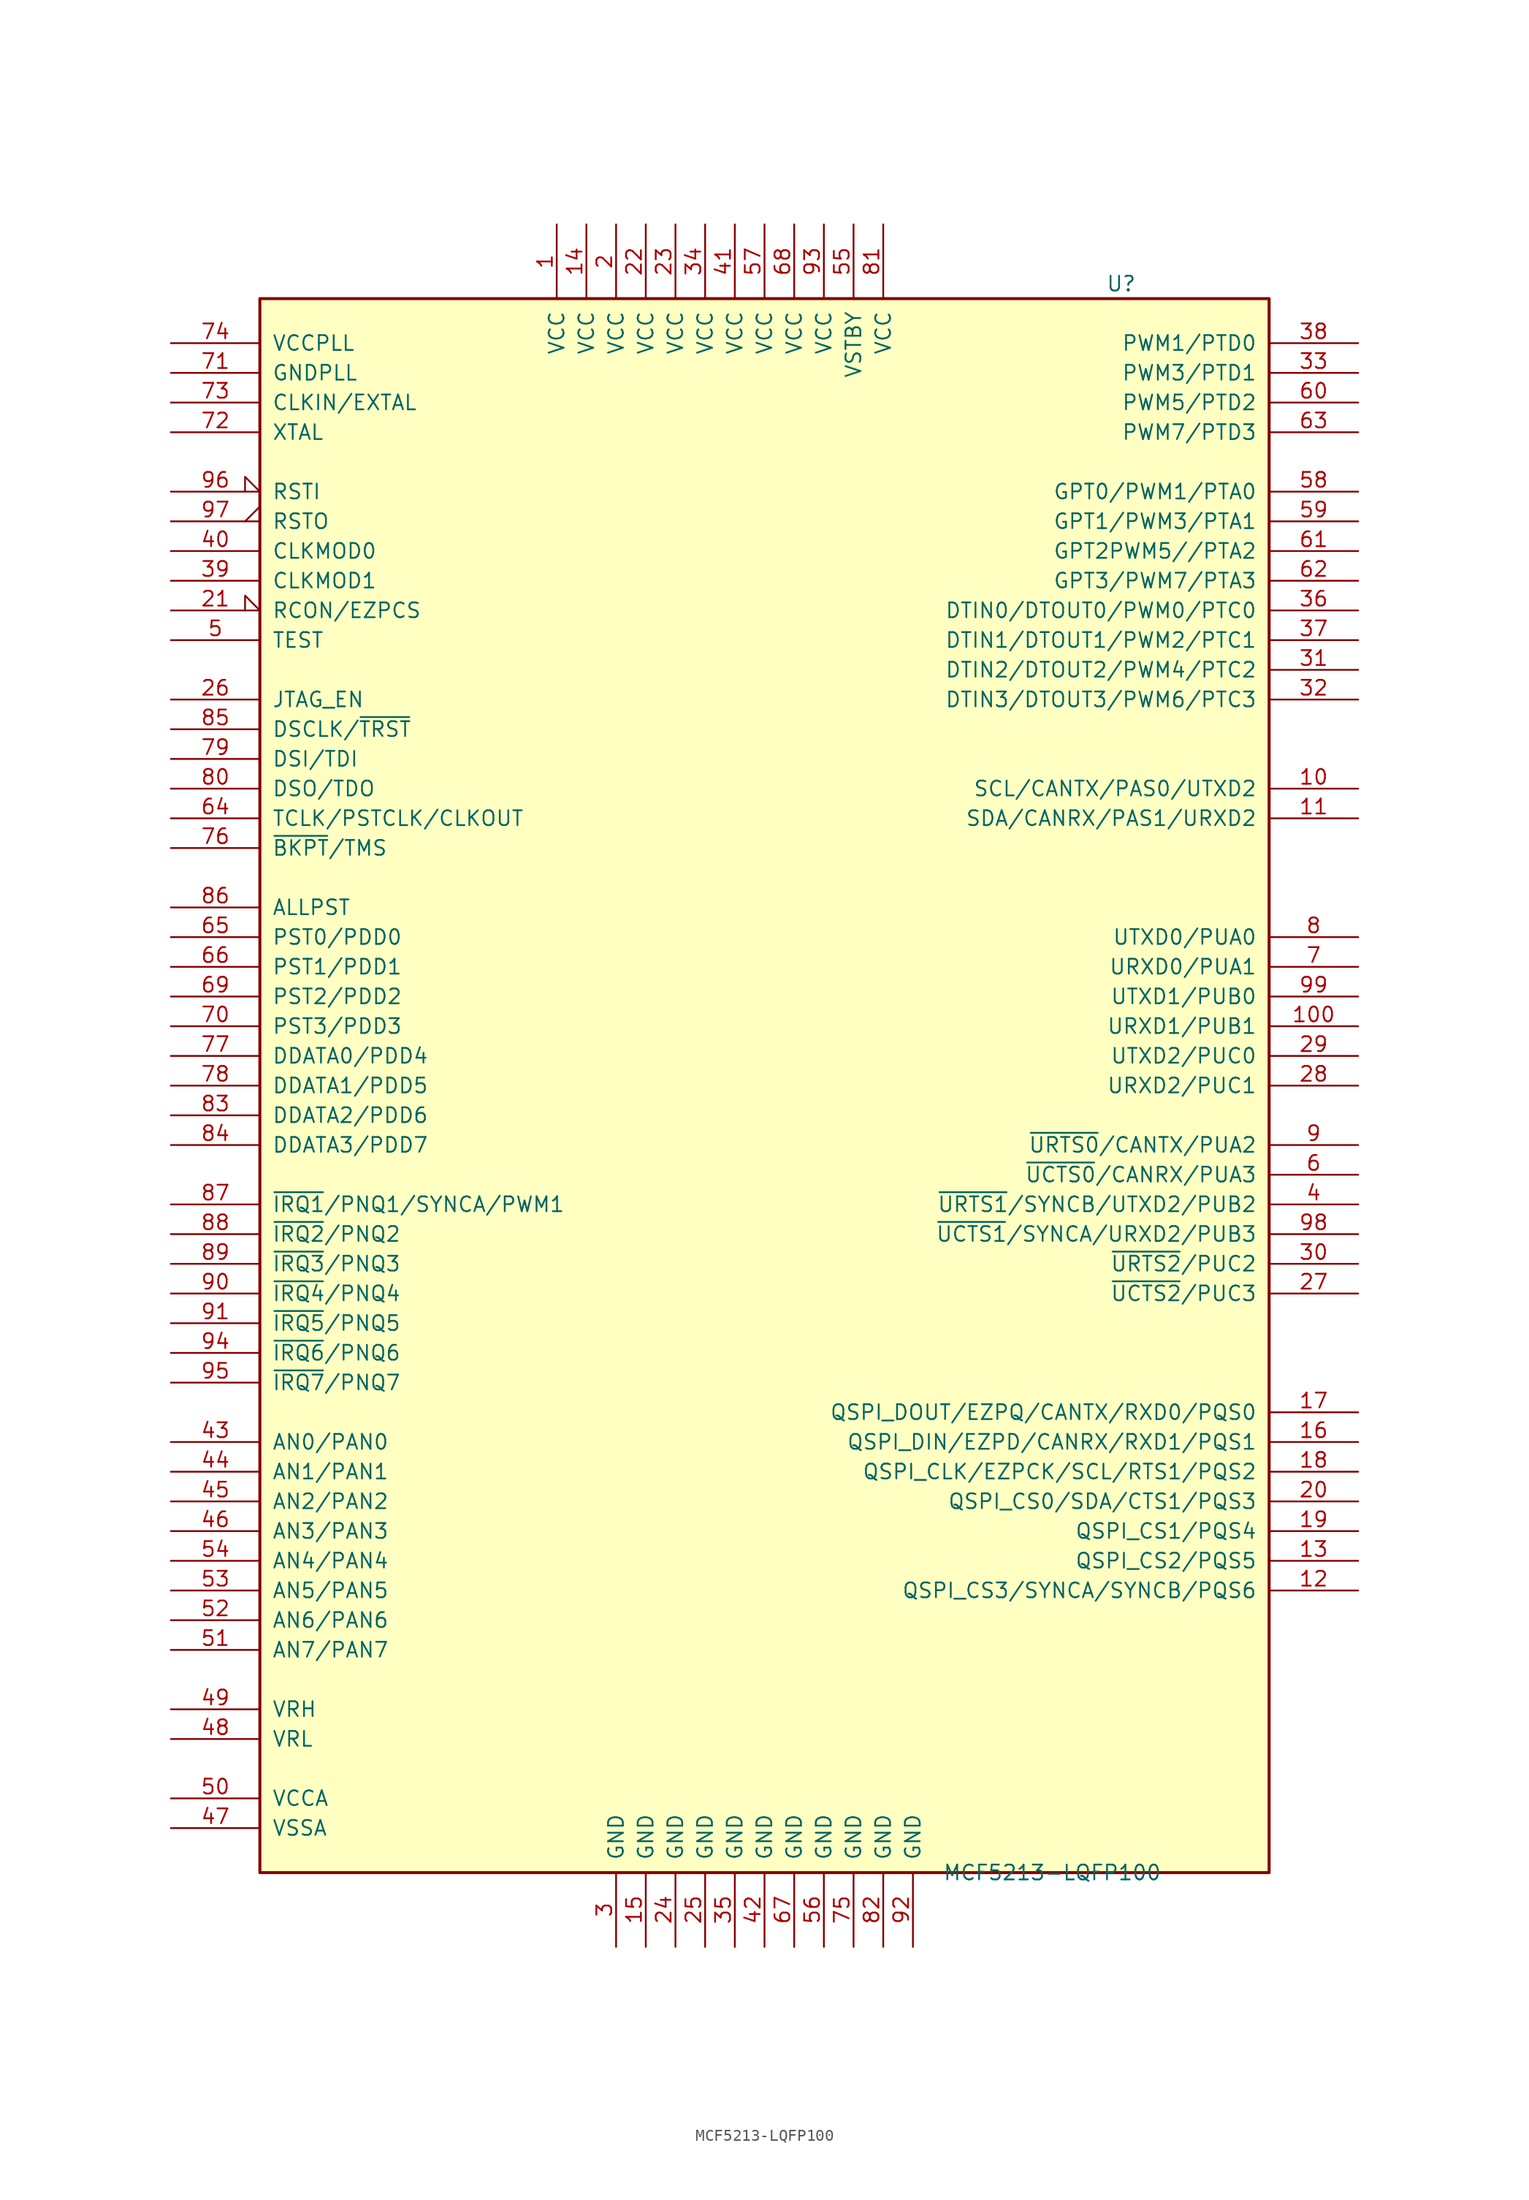
<source format=kicad_sym>
(kicad_symbol_lib
  (version 20201005)
  (generator kicad_symbol_editor)
  (symbol "MCF5213-LQFP100"
    (pin_names
      (offset 1.016))
    (property "Reference" "U"
      (at 29.21 68.58 0)
      (effects (font (size 1.27 1.27)) (justify left)))
    (property "Value" "MCF5213-LQFP100"
      (at 15.24 -67.31 0)
      (effects (font (size 1.27 1.27)) (justify left)))
    (symbol "MCF5213-LQFP100_0_1"
      (rectangle (start -43.18 67.31) (end 43.18 -67.31) (stroke (width 0.254)) (fill (type background))))
    (symbol "MCF5213-LQFP100_1_1"
      (pin power_in line (at -17.78 73.66 270) (length 6.35) (name "VCC" (effects (font (size 1.27 1.27)))) (number "1" (effects (font (size 1.27 1.27)))))
      (pin bidirectional line (at 50.8 25.4 180) (length 7.62) (name "SCL/CANTX/PAS0/UTXD2" (effects (font (size 1.27 1.27)))) (number "10" (effects (font (size 1.27 1.27)))))
      (pin bidirectional line (at 50.8 5.08 180) (length 7.62) (name "URXD1/PUB1" (effects (font (size 1.27 1.27)))) (number "100" (effects (font (size 1.27 1.27)))))
      (pin bidirectional line (at 50.8 22.86 180) (length 7.62) (name "SDA/CANRX/PAS1/URXD2" (effects (font (size 1.27 1.27)))) (number "11" (effects (font (size 1.27 1.27)))))
      (pin bidirectional line (at 50.8 -43.18 180) (length 7.62) (name "QSPI_CS3/SYNCA/SYNCB/PQS6" (effects (font (size 1.27 1.27)))) (number "12" (effects (font (size 1.27 1.27)))))
      (pin bidirectional line (at 50.8 -40.64 180) (length 7.62) (name "QSPI_CS2/PQS5" (effects (font (size 1.27 1.27)))) (number "13" (effects (font (size 1.27 1.27)))))
      (pin power_in line (at -15.24 73.66 270) (length 6.35) (name "VCC" (effects (font (size 1.27 1.27)))) (number "14" (effects (font (size 1.27 1.27)))))
      (pin power_in line (at -10.16 -73.66 90) (length 6.35) (name "GND" (effects (font (size 1.27 1.27)))) (number "15" (effects (font (size 1.27 1.27)))))
      (pin bidirectional line (at 50.8 -30.48 180) (length 7.62) (name "QSPI_DIN/EZPD/CANRX/RXD1/PQS1" (effects (font (size 1.27 1.27)))) (number "16" (effects (font (size 1.27 1.27)))))
      (pin bidirectional line (at 50.8 -27.94 180) (length 7.62) (name "QSPI_DOUT/EZPQ/CANTX/RXD0/PQS0" (effects (font (size 1.27 1.27)))) (number "17" (effects (font (size 1.27 1.27)))))
      (pin bidirectional line (at 50.8 -33.02 180) (length 7.62) (name "QSPI_CLK/EZPCK/SCL/RTS1/PQS2" (effects (font (size 1.27 1.27)))) (number "18" (effects (font (size 1.27 1.27)))))
      (pin bidirectional line (at 50.8 -38.1 180) (length 7.62) (name "QSPI_CS1/PQS4" (effects (font (size 1.27 1.27)))) (number "19" (effects (font (size 1.27 1.27)))))
      (pin power_in line (at -12.7 73.66 270) (length 6.35) (name "VCC" (effects (font (size 1.27 1.27)))) (number "2" (effects (font (size 1.27 1.27)))))
      (pin bidirectional line (at 50.8 -35.56 180) (length 7.62) (name "QSPI_CS0/SDA/CTS1/PQS3" (effects (font (size 1.27 1.27)))) (number "20" (effects (font (size 1.27 1.27)))))
      (pin input input_low (at -50.8 40.64 0) (length 7.62) (name "RCON/EZPCS" (effects (font (size 1.27 1.27)))) (number "21" (effects (font (size 1.27 1.27)))))
      (pin power_in line (at -10.16 73.66 270) (length 6.35) (name "VCC" (effects (font (size 1.27 1.27)))) (number "22" (effects (font (size 1.27 1.27)))))
      (pin power_in line (at -7.62 73.66 270) (length 6.35) (name "VCC" (effects (font (size 1.27 1.27)))) (number "23" (effects (font (size 1.27 1.27)))))
      (pin power_in line (at -7.62 -73.66 90) (length 6.35) (name "GND" (effects (font (size 1.27 1.27)))) (number "24" (effects (font (size 1.27 1.27)))))
      (pin power_in line (at -5.08 -73.66 90) (length 6.35) (name "GND" (effects (font (size 1.27 1.27)))) (number "25" (effects (font (size 1.27 1.27)))))
      (pin input line (at -50.8 33.02 0) (length 7.62) (name "JTAG_EN" (effects (font (size 1.27 1.27)))) (number "26" (effects (font (size 1.27 1.27)))))
      (pin bidirectional line (at 50.8 -17.78 180) (length 7.62) (name "~UCTS2~/PUC3" (effects (font (size 1.27 1.27)))) (number "27" (effects (font (size 1.27 1.27)))))
      (pin bidirectional line (at 50.8 0 180) (length 7.62) (name "URXD2/PUC1" (effects (font (size 1.27 1.27)))) (number "28" (effects (font (size 1.27 1.27)))))
      (pin bidirectional line (at 50.8 2.54 180) (length 7.62) (name "UTXD2/PUC0" (effects (font (size 1.27 1.27)))) (number "29" (effects (font (size 1.27 1.27)))))
      (pin power_in line (at -12.7 -73.66 90) (length 6.35) (name "GND" (effects (font (size 1.27 1.27)))) (number "3" (effects (font (size 1.27 1.27)))))
      (pin bidirectional line (at 50.8 -15.24 180) (length 7.62) (name "~URTS2~/PUC2" (effects (font (size 1.27 1.27)))) (number "30" (effects (font (size 1.27 1.27)))))
      (pin bidirectional line (at 50.8 35.56 180) (length 7.62) (name "DTIN2/DTOUT2/PWM4/PTC2" (effects (font (size 1.27 1.27)))) (number "31" (effects (font (size 1.27 1.27)))))
      (pin bidirectional line (at 50.8 33.02 180) (length 7.62) (name "DTIN3/DTOUT3/PWM6/PTC3" (effects (font (size 1.27 1.27)))) (number "32" (effects (font (size 1.27 1.27)))))
      (pin bidirectional line (at 50.8 60.96 180) (length 7.62) (name "PWM3/PTD1" (effects (font (size 1.27 1.27)))) (number "33" (effects (font (size 1.27 1.27)))))
      (pin power_in line (at -5.08 73.66 270) (length 6.35) (name "VCC" (effects (font (size 1.27 1.27)))) (number "34" (effects (font (size 1.27 1.27)))))
      (pin power_in line (at -2.54 -73.66 90) (length 6.35) (name "GND" (effects (font (size 1.27 1.27)))) (number "35" (effects (font (size 1.27 1.27)))))
      (pin bidirectional line (at 50.8 40.64 180) (length 7.62) (name "DTIN0/DTOUT0/PWM0/PTC0" (effects (font (size 1.27 1.27)))) (number "36" (effects (font (size 1.27 1.27)))))
      (pin bidirectional line (at 50.8 38.1 180) (length 7.62) (name "DTIN1/DTOUT1/PWM2/PTC1" (effects (font (size 1.27 1.27)))) (number "37" (effects (font (size 1.27 1.27)))))
      (pin bidirectional line (at 50.8 63.5 180) (length 7.62) (name "PWM1/PTD0" (effects (font (size 1.27 1.27)))) (number "38" (effects (font (size 1.27 1.27)))))
      (pin input line (at -50.8 43.18 0) (length 7.62) (name "CLKMOD1" (effects (font (size 1.27 1.27)))) (number "39" (effects (font (size 1.27 1.27)))))
      (pin bidirectional line (at 50.8 -10.16 180) (length 7.62) (name "~URTS1~/SYNCB/UTXD2/PUB2" (effects (font (size 1.27 1.27)))) (number "4" (effects (font (size 1.27 1.27)))))
      (pin input line (at -50.8 45.72 0) (length 7.62) (name "CLKMOD0" (effects (font (size 1.27 1.27)))) (number "40" (effects (font (size 1.27 1.27)))))
      (pin power_in line (at -2.54 73.66 270) (length 6.35) (name "VCC" (effects (font (size 1.27 1.27)))) (number "41" (effects (font (size 1.27 1.27)))))
      (pin power_in line (at 0 -73.66 90) (length 6.35) (name "GND" (effects (font (size 1.27 1.27)))) (number "42" (effects (font (size 1.27 1.27)))))
      (pin bidirectional line (at -50.8 -30.48 0) (length 7.62) (name "AN0/PAN0" (effects (font (size 1.27 1.27)))) (number "43" (effects (font (size 1.27 1.27)))))
      (pin bidirectional line (at -50.8 -33.02 0) (length 7.62) (name "AN1/PAN1" (effects (font (size 1.27 1.27)))) (number "44" (effects (font (size 1.27 1.27)))))
      (pin bidirectional line (at -50.8 -35.56 0) (length 7.62) (name "AN2/PAN2" (effects (font (size 1.27 1.27)))) (number "45" (effects (font (size 1.27 1.27)))))
      (pin bidirectional line (at -50.8 -38.1 0) (length 7.62) (name "AN3/PAN3" (effects (font (size 1.27 1.27)))) (number "46" (effects (font (size 1.27 1.27)))))
      (pin input line (at -50.8 -63.5 0) (length 7.62) (name "VSSA" (effects (font (size 1.27 1.27)))) (number "47" (effects (font (size 1.27 1.27)))))
      (pin input line (at -50.8 -55.88 0) (length 7.62) (name "VRL" (effects (font (size 1.27 1.27)))) (number "48" (effects (font (size 1.27 1.27)))))
      (pin input line (at -50.8 -53.34 0) (length 7.62) (name "VRH" (effects (font (size 1.27 1.27)))) (number "49" (effects (font (size 1.27 1.27)))))
      (pin input line (at -50.8 38.1 0) (length 7.62) (name "TEST" (effects (font (size 1.27 1.27)))) (number "5" (effects (font (size 1.27 1.27)))))
      (pin input line (at -50.8 -60.96 0) (length 7.62) (name "VCCA" (effects (font (size 1.27 1.27)))) (number "50" (effects (font (size 1.27 1.27)))))
      (pin bidirectional line (at -50.8 -48.26 0) (length 7.62) (name "AN7/PAN7" (effects (font (size 1.27 1.27)))) (number "51" (effects (font (size 1.27 1.27)))))
      (pin bidirectional line (at -50.8 -45.72 0) (length 7.62) (name "AN6/PAN6" (effects (font (size 1.27 1.27)))) (number "52" (effects (font (size 1.27 1.27)))))
      (pin bidirectional line (at -50.8 -43.18 0) (length 7.62) (name "AN5/PAN5" (effects (font (size 1.27 1.27)))) (number "53" (effects (font (size 1.27 1.27)))))
      (pin bidirectional line (at -50.8 -40.64 0) (length 7.62) (name "AN4/PAN4" (effects (font (size 1.27 1.27)))) (number "54" (effects (font (size 1.27 1.27)))))
      (pin power_in line (at 7.62 73.66 270) (length 6.35) (name "VSTBY" (effects (font (size 1.27 1.27)))) (number "55" (effects (font (size 1.27 1.27)))))
      (pin power_in line (at 5.08 -73.66 90) (length 6.35) (name "GND" (effects (font (size 1.27 1.27)))) (number "56" (effects (font (size 1.27 1.27)))))
      (pin power_in line (at 0 73.66 270) (length 6.35) (name "VCC" (effects (font (size 1.27 1.27)))) (number "57" (effects (font (size 1.27 1.27)))))
      (pin bidirectional line (at 50.8 50.8 180) (length 7.62) (name "GPT0/PWM1/PTA0" (effects (font (size 1.27 1.27)))) (number "58" (effects (font (size 1.27 1.27)))))
      (pin bidirectional line (at 50.8 48.26 180) (length 7.62) (name "GPT1/PWM3/PTA1" (effects (font (size 1.27 1.27)))) (number "59" (effects (font (size 1.27 1.27)))))
      (pin bidirectional line (at 50.8 -7.62 180) (length 7.62) (name "~UCTS0~/CANRX/PUA3" (effects (font (size 1.27 1.27)))) (number "6" (effects (font (size 1.27 1.27)))))
      (pin bidirectional line (at 50.8 58.42 180) (length 7.62) (name "PWM5/PTD2" (effects (font (size 1.27 1.27)))) (number "60" (effects (font (size 1.27 1.27)))))
      (pin bidirectional line (at 50.8 45.72 180) (length 7.62) (name "GPT2PWM5//PTA2" (effects (font (size 1.27 1.27)))) (number "61" (effects (font (size 1.27 1.27)))))
      (pin bidirectional line (at 50.8 43.18 180) (length 7.62) (name "GPT3/PWM7/PTA3" (effects (font (size 1.27 1.27)))) (number "62" (effects (font (size 1.27 1.27)))))
      (pin bidirectional line (at 50.8 55.88 180) (length 7.62) (name "PWM7/PTD3" (effects (font (size 1.27 1.27)))) (number "63" (effects (font (size 1.27 1.27)))))
      (pin input line (at -50.8 22.86 0) (length 7.62) (name "TCLK/PSTCLK/CLKOUT" (effects (font (size 1.27 1.27)))) (number "64" (effects (font (size 1.27 1.27)))))
      (pin bidirectional line (at -50.8 12.7 0) (length 7.62) (name "PST0/PDD0" (effects (font (size 1.27 1.27)))) (number "65" (effects (font (size 1.27 1.27)))))
      (pin bidirectional line (at -50.8 10.16 0) (length 7.62) (name "PST1/PDD1" (effects (font (size 1.27 1.27)))) (number "66" (effects (font (size 1.27 1.27)))))
      (pin power_in line (at 2.54 -73.66 90) (length 6.35) (name "GND" (effects (font (size 1.27 1.27)))) (number "67" (effects (font (size 1.27 1.27)))))
      (pin power_in line (at 2.54 73.66 270) (length 6.35) (name "VCC" (effects (font (size 1.27 1.27)))) (number "68" (effects (font (size 1.27 1.27)))))
      (pin bidirectional line (at -50.8 7.62 0) (length 7.62) (name "PST2/PDD2" (effects (font (size 1.27 1.27)))) (number "69" (effects (font (size 1.27 1.27)))))
      (pin bidirectional line (at 50.8 10.16 180) (length 7.62) (name "URXD0/PUA1" (effects (font (size 1.27 1.27)))) (number "7" (effects (font (size 1.27 1.27)))))
      (pin bidirectional line (at -50.8 5.08 0) (length 7.62) (name "PST3/PDD3" (effects (font (size 1.27 1.27)))) (number "70" (effects (font (size 1.27 1.27)))))
      (pin passive line (at -50.8 60.96 0) (length 7.62) (name "GNDPLL" (effects (font (size 1.27 1.27)))) (number "71" (effects (font (size 1.27 1.27)))))
      (pin output line (at -50.8 55.88 0) (length 7.62) (name "XTAL" (effects (font (size 1.27 1.27)))) (number "72" (effects (font (size 1.27 1.27)))))
      (pin input line (at -50.8 58.42 0) (length 7.62) (name "CLKIN/EXTAL" (effects (font (size 1.27 1.27)))) (number "73" (effects (font (size 1.27 1.27)))))
      (pin passive line (at -50.8 63.5 0) (length 7.62) (name "VCCPLL" (effects (font (size 1.27 1.27)))) (number "74" (effects (font (size 1.27 1.27)))))
      (pin power_in line (at 7.62 -73.66 90) (length 6.35) (name "GND" (effects (font (size 1.27 1.27)))) (number "75" (effects (font (size 1.27 1.27)))))
      (pin input line (at -50.8 20.32 0) (length 7.62) (name "~BKPT~/TMS" (effects (font (size 1.27 1.27)))) (number "76" (effects (font (size 1.27 1.27)))))
      (pin bidirectional line (at -50.8 2.54 0) (length 7.62) (name "DDATA0/PDD4" (effects (font (size 1.27 1.27)))) (number "77" (effects (font (size 1.27 1.27)))))
      (pin bidirectional line (at -50.8 0 0) (length 7.62) (name "DDATA1/PDD5" (effects (font (size 1.27 1.27)))) (number "78" (effects (font (size 1.27 1.27)))))
      (pin input line (at -50.8 27.94 0) (length 7.62) (name "DSI/TDI" (effects (font (size 1.27 1.27)))) (number "79" (effects (font (size 1.27 1.27)))))
      (pin bidirectional line (at 50.8 12.7 180) (length 7.62) (name "UTXD0/PUA0" (effects (font (size 1.27 1.27)))) (number "8" (effects (font (size 1.27 1.27)))))
      (pin output line (at -50.8 25.4 0) (length 7.62) (name "DSO/TDO" (effects (font (size 1.27 1.27)))) (number "80" (effects (font (size 1.27 1.27)))))
      (pin power_in line (at 10.16 73.66 270) (length 6.35) (name "VCC" (effects (font (size 1.27 1.27)))) (number "81" (effects (font (size 1.27 1.27)))))
      (pin power_in line (at 10.16 -73.66 90) (length 6.35) (name "GND" (effects (font (size 1.27 1.27)))) (number "82" (effects (font (size 1.27 1.27)))))
      (pin bidirectional line (at -50.8 -2.54 0) (length 7.62) (name "DDATA2/PDD6" (effects (font (size 1.27 1.27)))) (number "83" (effects (font (size 1.27 1.27)))))
      (pin bidirectional line (at -50.8 -5.08 0) (length 7.62) (name "DDATA3/PDD7" (effects (font (size 1.27 1.27)))) (number "84" (effects (font (size 1.27 1.27)))))
      (pin input line (at -50.8 30.48 0) (length 7.62) (name "DSCLK/~TRST~" (effects (font (size 1.27 1.27)))) (number "85" (effects (font (size 1.27 1.27)))))
      (pin output line (at -50.8 15.24 0) (length 7.62) (name "ALLPST" (effects (font (size 1.27 1.27)))) (number "86" (effects (font (size 1.27 1.27)))))
      (pin bidirectional line (at -50.8 -10.16 0) (length 7.62) (name "~IRQ1~/PNQ1/SYNCA/PWM1" (effects (font (size 1.27 1.27)))) (number "87" (effects (font (size 1.27 1.27)))))
      (pin bidirectional line (at -50.8 -12.7 0) (length 7.62) (name "~IRQ2~/PNQ2" (effects (font (size 1.27 1.27)))) (number "88" (effects (font (size 1.27 1.27)))))
      (pin bidirectional line (at -50.8 -15.24 0) (length 7.62) (name "~IRQ3~/PNQ3" (effects (font (size 1.27 1.27)))) (number "89" (effects (font (size 1.27 1.27)))))
      (pin bidirectional line (at 50.8 -5.08 180) (length 7.62) (name "~URTS0~/CANTX/PUA2" (effects (font (size 1.27 1.27)))) (number "9" (effects (font (size 1.27 1.27)))))
      (pin bidirectional line (at -50.8 -17.78 0) (length 7.62) (name "~IRQ4~/PNQ4" (effects (font (size 1.27 1.27)))) (number "90" (effects (font (size 1.27 1.27)))))
      (pin bidirectional line (at -50.8 -20.32 0) (length 7.62) (name "~IRQ5~/PNQ5" (effects (font (size 1.27 1.27)))) (number "91" (effects (font (size 1.27 1.27)))))
      (pin power_in line (at 12.7 -73.66 90) (length 6.35) (name "GND" (effects (font (size 1.27 1.27)))) (number "92" (effects (font (size 1.27 1.27)))))
      (pin power_in line (at 5.08 73.66 270) (length 6.35) (name "VCC" (effects (font (size 1.27 1.27)))) (number "93" (effects (font (size 1.27 1.27)))))
      (pin bidirectional line (at -50.8 -22.86 0) (length 7.62) (name "~IRQ6~/PNQ6" (effects (font (size 1.27 1.27)))) (number "94" (effects (font (size 1.27 1.27)))))
      (pin bidirectional line (at -50.8 -25.4 0) (length 7.62) (name "~IRQ7~/PNQ7" (effects (font (size 1.27 1.27)))) (number "95" (effects (font (size 1.27 1.27)))))
      (pin input input_low (at -50.8 50.8 0) (length 7.62) (name "RSTI" (effects (font (size 1.27 1.27)))) (number "96" (effects (font (size 1.27 1.27)))))
      (pin output output_low (at -50.8 48.26 0) (length 7.62) (name "RSTO" (effects (font (size 1.27 1.27)))) (number "97" (effects (font (size 1.27 1.27)))))
      (pin bidirectional line (at 50.8 -12.7 180) (length 7.62) (name "~UCTS1~/SYNCA/URXD2/PUB3" (effects (font (size 1.27 1.27)))) (number "98" (effects (font (size 1.27 1.27)))))
      (pin bidirectional line (at 50.8 7.62 180) (length 7.62) (name "UTXD1/PUB0" (effects (font (size 1.27 1.27)))) (number "99" (effects (font (size 1.27 1.27))))))))
</source>
